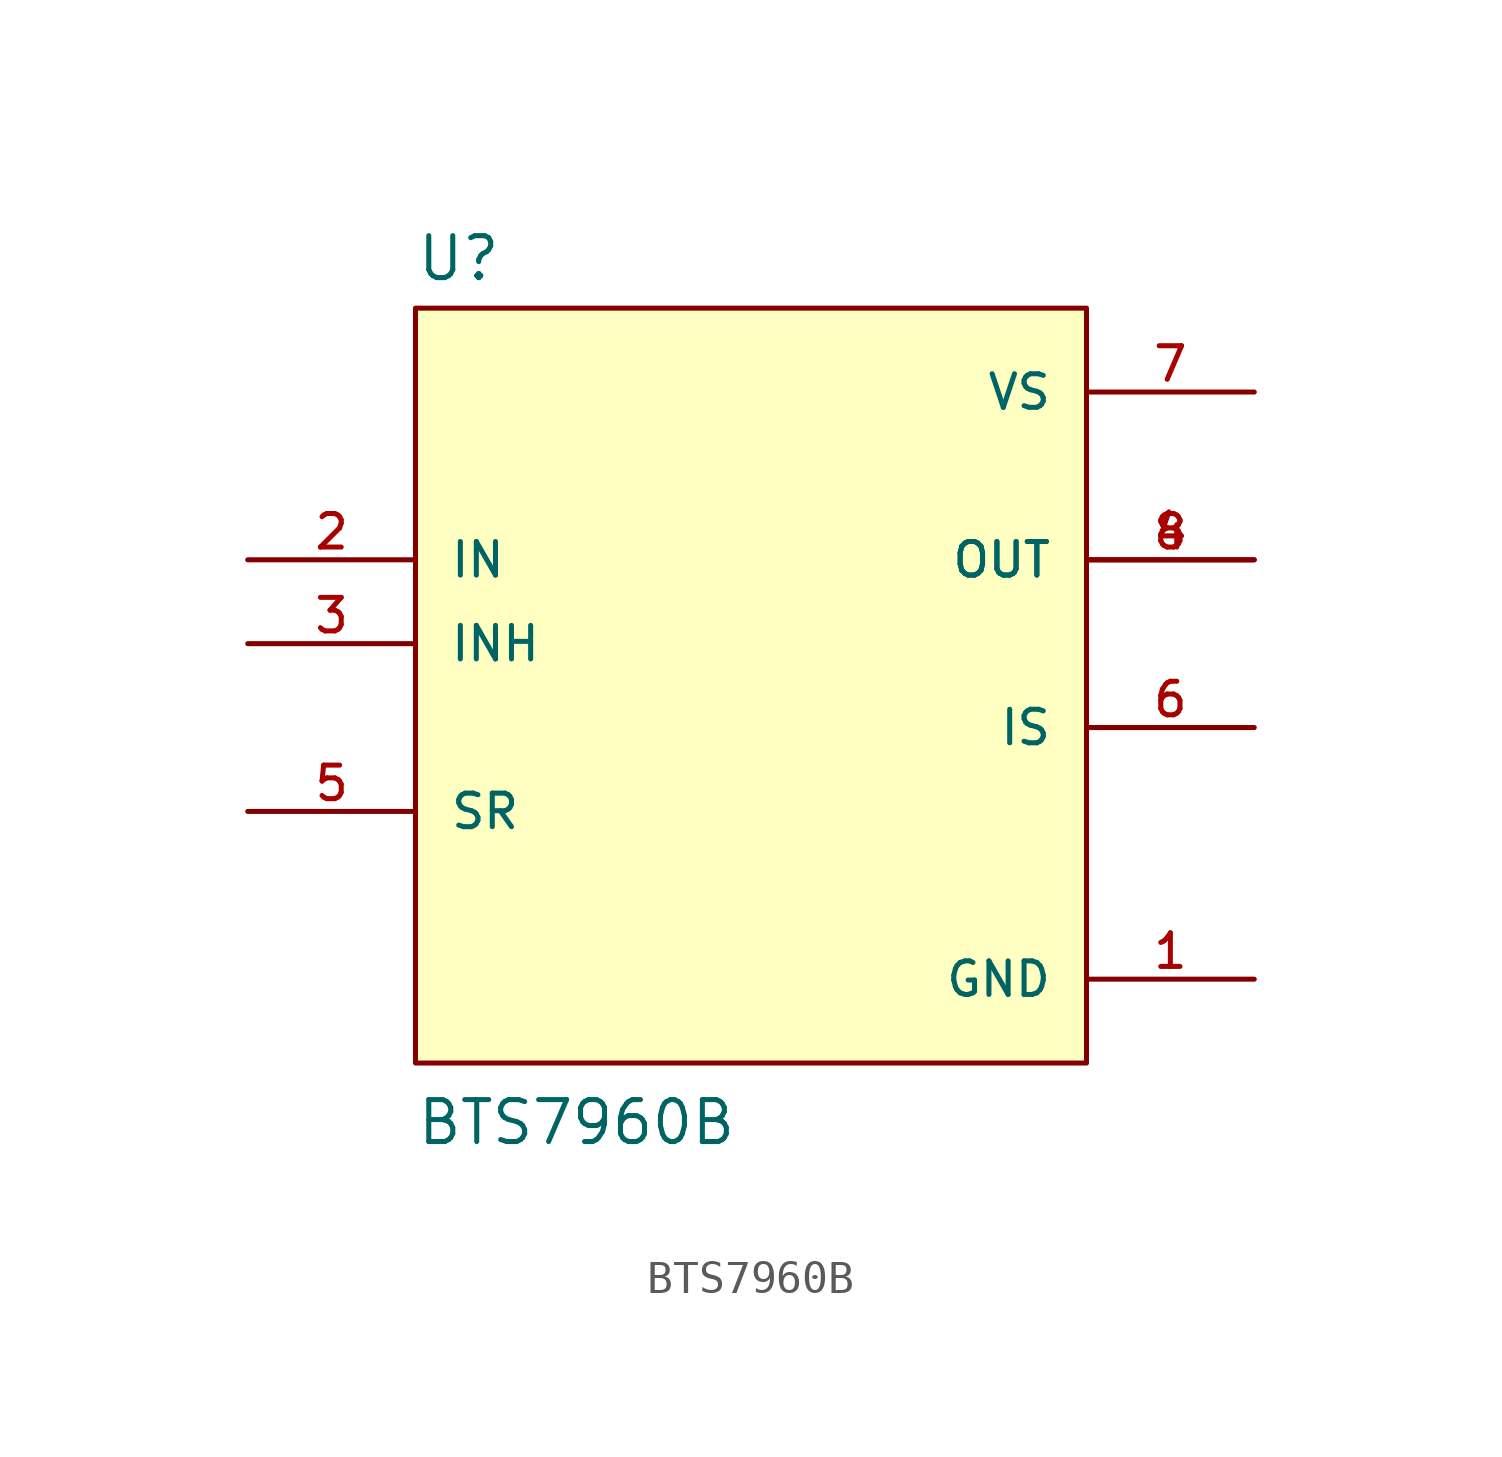
<source format=kicad_sym>
(kicad_symbol_lib
  (version 20211014)
  (generator kicad_symbol_editor)
  (symbol "BTS7960B"
    (pin_names
      (offset 1.016))
    (property "Reference" "U"
      (at -10.16 10.922 0)
      (effects (font (size 1.27 1.27)) (justify bottom left)))
    (property "Value" "BTS7960B"
      (at -10.16 -15.24 0)
      (effects (font (size 1.27 1.27)) (justify bottom left)))
    (symbol "BTS7960B_0_0"
      (rectangle (start -10.16 -12.7) (end 10.16 10.16) (stroke (width 0.152)) (fill (type background)))
      (pin power_in line (at 15.24 -10.16 180.0) (length 5.08) (name "GND" (effects (font (size 1.016 1.016)))) (number "1" (effects (font (size 1.016 1.016)))))
      (pin input line (at -15.24 2.54 0) (length 5.08) (name "IN" (effects (font (size 1.016 1.016)))) (number "2" (effects (font (size 1.016 1.016)))))
      (pin output line (at 15.24 2.54 180.0) (length 5.08) (name "OUT" (effects (font (size 1.016 1.016)))) (number "4" (effects (font (size 1.016 1.016)))))
      (pin output line (at 15.24 2.54 180.0) (length 5.08) (name "OUT" (effects (font (size 1.016 1.016)))) (number "8" (effects (font (size 1.016 1.016)))))
      (pin input line (at -15.24 0.0 0) (length 5.08) (name "INH" (effects (font (size 1.016 1.016)))) (number "3" (effects (font (size 1.016 1.016)))))
      (pin input line (at -15.24 -5.08 0) (length 5.08) (name "SR" (effects (font (size 1.016 1.016)))) (number "5" (effects (font (size 1.016 1.016)))))
      (pin output line (at 15.24 -2.54 180.0) (length 5.08) (name "IS" (effects (font (size 1.016 1.016)))) (number "6" (effects (font (size 1.016 1.016)))))
      (pin power_in line (at 15.24 7.62 180.0) (length 5.08) (name "VS" (effects (font (size 1.016 1.016)))) (number "7" (effects (font (size 1.016 1.016))))))))
</source>
